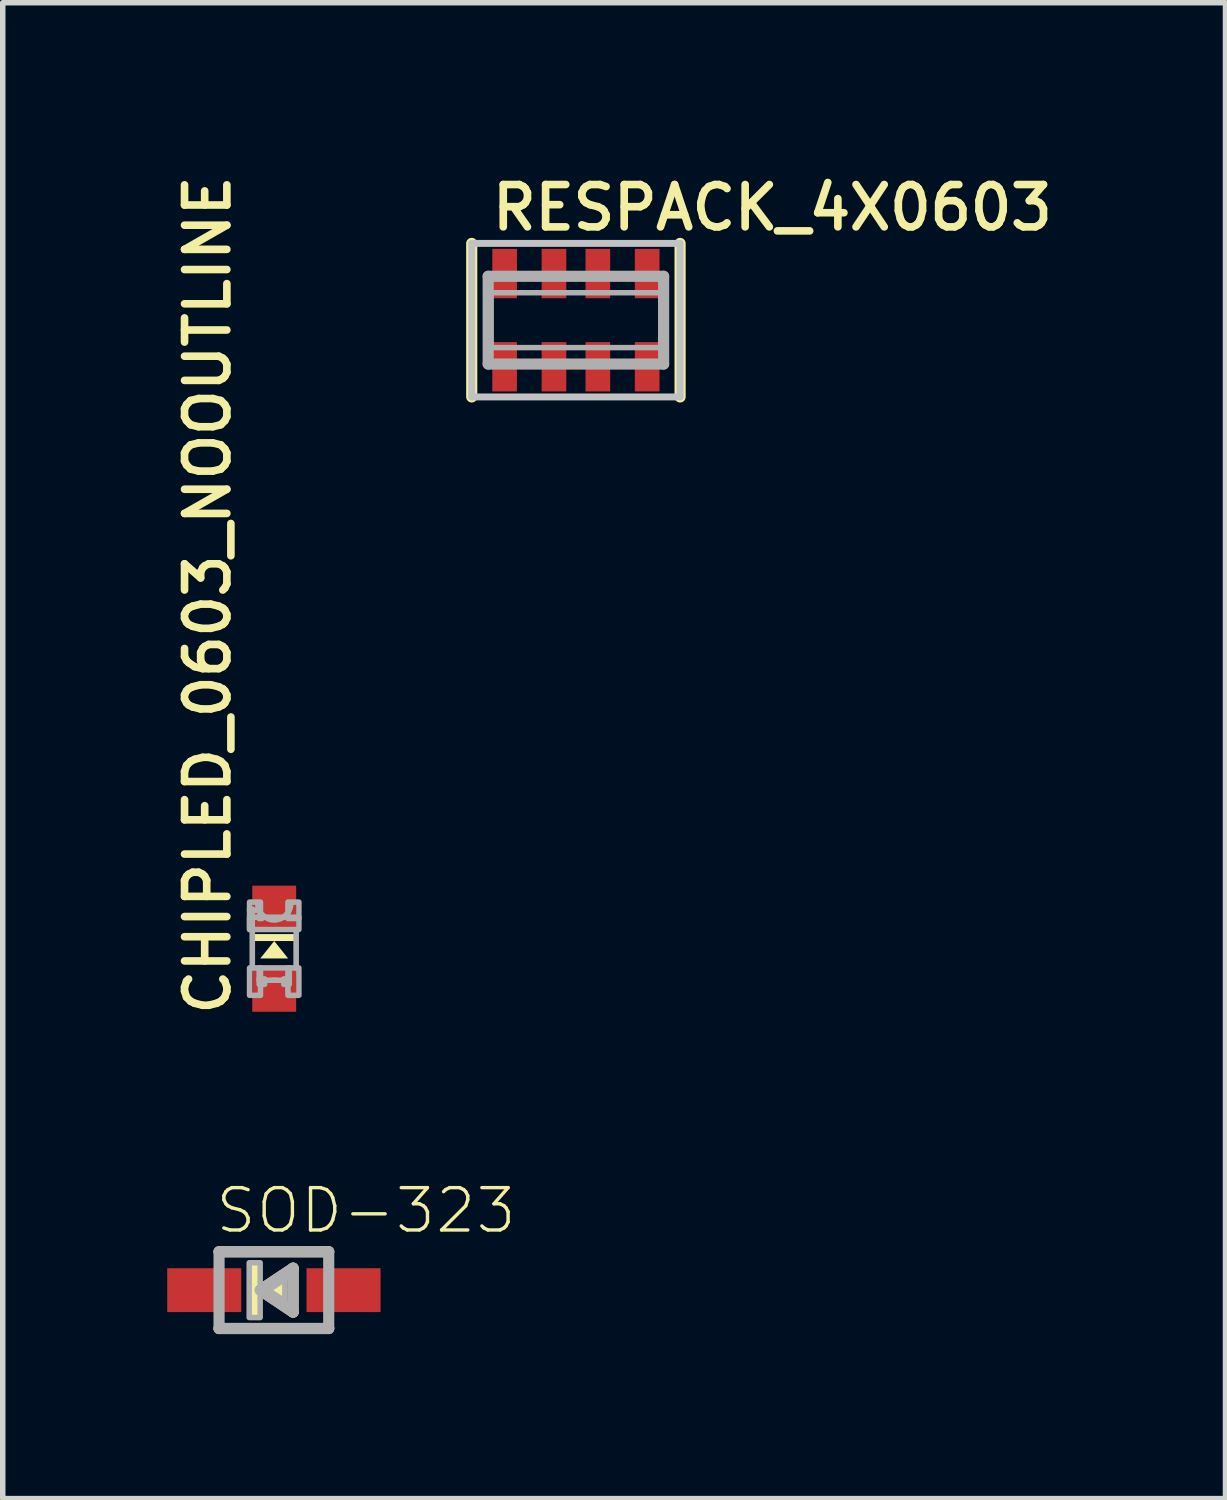
<source format=kicad_pcb>
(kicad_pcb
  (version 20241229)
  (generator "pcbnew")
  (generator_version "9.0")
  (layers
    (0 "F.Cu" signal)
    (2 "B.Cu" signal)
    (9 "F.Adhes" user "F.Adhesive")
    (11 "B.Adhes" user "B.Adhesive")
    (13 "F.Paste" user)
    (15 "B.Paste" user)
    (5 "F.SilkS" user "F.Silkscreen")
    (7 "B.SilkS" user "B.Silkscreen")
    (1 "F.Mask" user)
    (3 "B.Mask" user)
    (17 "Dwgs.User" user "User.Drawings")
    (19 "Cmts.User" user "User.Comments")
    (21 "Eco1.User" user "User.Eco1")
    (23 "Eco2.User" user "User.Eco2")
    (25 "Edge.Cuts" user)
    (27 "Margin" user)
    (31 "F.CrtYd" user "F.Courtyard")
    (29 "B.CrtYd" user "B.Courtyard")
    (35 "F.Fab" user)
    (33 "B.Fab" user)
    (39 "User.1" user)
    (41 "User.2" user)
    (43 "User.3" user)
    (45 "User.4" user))
  (footprint "CHIPLED_0603_NOOUTLINE"
    (layer "F.Cu")
    (at 1.951 14.252)
    (property "Reference" "CHIPLED_0603_NOOUTLINE" (at -0.762 1.27 270) (layer "F.SilkS") (effects (font (size 0.772 0.772) (thickness 0.139)) (justify left bottom)))
    (attr through_hole)
    (fp_poly (pts (xy 0 -0.14) (xy -0.254 0.178) (xy 0.254 0.178)) (stroke (width 0) (type solid)) (fill yes) (layer "F.SilkS"))
    (fp_poly (pts (xy -0.381 -0.14) (xy 0.381 -0.14) (xy 0.381 -0.267) (xy -0.381 -0.267)) (stroke (width 0) (type solid)) (fill yes) (layer "F.SilkS"))
    (fp_line (start -0.4 -0.375) (end -0.4 0.35) (stroke (width 0.102) (type solid)) (layer "F.Fab"))
    (fp_line (start 0.4 -0.35) (end 0.4 0.35) (stroke (width 0.102) (type solid)) (layer "F.Fab"))
    (fp_arc (start -0.275 0.825) (mid 0 0.55) (end 0.275 0.825) (stroke (width 0.0508) (type solid)) (layer "F.Fab"))
    (fp_arc (start 0.3 -0.799998) (mid -0.000001 -0.524966) (end -0.3 -0.8) (stroke (width 0.1016) (type solid)) (layer "F.Fab"))
    (fp_circle (center -0.35 -0.625) (end -0.275 -0.625) (stroke (width 0.051) (type solid)) (fill no) (layer "F.Fab"))
    (fp_poly (pts (xy -0.45 -0.7) (xy -0.25 -0.7) (xy -0.25 -0.85) (xy -0.45 -0.85)) (stroke (width 0.1) (type solid)) (fill no) (layer "F.Fab"))
    (fp_poly (pts (xy -0.45 -0.35) (xy -0.4 -0.35) (xy -0.4 -0.725) (xy -0.45 -0.725)) (stroke (width 0.1) (type solid)) (fill no) (layer "F.Fab"))
    (fp_poly (pts (xy -0.45 -0.35) (xy 0.45 -0.35) (xy 0.45 -0.575) (xy -0.45 -0.575)) (stroke (width 0.1) (type solid)) (fill no) (layer "F.Fab"))
    (fp_poly (pts (xy -0.45 0.85) (xy -0.25 0.85) (xy -0.25 0.35) (xy -0.45 0.35)) (stroke (width 0.1) (type solid)) (fill no) (layer "F.Fab"))
    (fp_poly (pts (xy -0.275 -0.55) (xy -0.225 -0.55) (xy -0.225 -0.6) (xy -0.275 -0.6)) (stroke (width 0.1) (type solid)) (fill no) (layer "F.Fab"))
    (fp_poly (pts (xy -0.275 0.575) (xy 0.275 0.575) (xy 0.275 0.35) (xy -0.275 0.35)) (stroke (width 0.1) (type solid)) (fill no) (layer "F.Fab"))
    (fp_poly (pts (xy -0.275 0.65) (xy -0.175 0.65) (xy -0.175 0.55) (xy -0.275 0.55)) (stroke (width 0.1) (type solid)) (fill no) (layer "F.Fab"))
    (fp_poly (pts (xy 0.175 0.65) (xy 0.275 0.65) (xy 0.275 0.55) (xy 0.175 0.55)) (stroke (width 0.1) (type solid)) (fill no) (layer "F.Fab"))
    (fp_poly (pts (xy 0.25 -0.55) (xy 0.45 -0.55) (xy 0.45 -0.85) (xy 0.25 -0.85)) (stroke (width 0.1) (type solid)) (fill no) (layer "F.Fab"))
    (fp_poly (pts (xy 0.25 0.85) (xy 0.45 0.85) (xy 0.45 0.35) (xy 0.25 0.35)) (stroke (width 0.1) (type solid)) (fill no) (layer "F.Fab"))
    (pad "A" smd rect (at 0 0.75) (size 0.8 0.8) (layers "F.Cu" "F.Mask" "F.Paste"))
    (pad "C" smd rect (at 0 -0.75) (size 0.8 0.8) (layers "F.Cu" "F.Mask" "F.Paste")))
  (footprint "RESPACK_4X0603"
    (layer "F.Cu")
    (at 7.453 2.789)
    (property "Reference" "RESPACK_4X0603" (at -1.6 -1.6 180) (layer "F.SilkS") (effects (font (size 0.772 0.772) (thickness 0.139)) (justify left bottom)))
    (attr through_hole)
    (fp_line (start -1.9 1.4) (end -1.9 -1.4) (stroke (width 0.203) (type solid)) (layer "F.SilkS"))
    (fp_line (start 1.9 -1.4) (end 1.9 1.4) (stroke (width 0.203) (type solid)) (layer "F.SilkS"))
    (fp_line (start -1.9 -1.4) (end 1.9 -1.4) (stroke (width 0.127) (type solid)) (layer "Dwgs.User"))
    (fp_line (start -1.9 1.4) (end -1.9 -1.4) (stroke (width 0.127) (type solid)) (layer "Dwgs.User"))
    (fp_line (start -1.9 1.4) (end 1.9 1.4) (stroke (width 0.127) (type solid)) (layer "Dwgs.User"))
    (fp_line (start 1.9 -1.4) (end 1.9 1.4) (stroke (width 0.127) (type solid)) (layer "Dwgs.User"))
    (fp_line (start -1.6 -0.8) (end 1.6 -0.8) (stroke (width 0.203) (type solid)) (layer "F.Fab"))
    (fp_line (start -1.6 0.8) (end -1.6 -0.8) (stroke (width 0.203) (type solid)) (layer "F.Fab"))
    (fp_line (start 1.6 -0.8) (end 1.6 0.8) (stroke (width 0.203) (type solid)) (layer "F.Fab"))
    (fp_line (start 1.6 0.8) (end -1.6 0.8) (stroke (width 0.203) (type solid)) (layer "F.Fab"))
    (fp_poly (pts (xy -1.55 0.5) (xy 1.55 0.5) (xy 1.55 -0.5) (xy -1.55 -0.5)) (stroke (width 0.1) (type solid)) (fill no) (layer "F.Fab"))
    (pad "1" smd rect (at -1.3 0.85) (size 0.45 0.9) (layers "F.Cu" "F.Mask" "F.Paste"))
    (pad "2" smd rect (at -0.4 0.85) (size 0.45 0.9) (layers "F.Cu" "F.Mask" "F.Paste"))
    (pad "3" smd rect (at 0.4 0.85) (size 0.45 0.9) (layers "F.Cu" "F.Mask" "F.Paste"))
    (pad "4" smd rect (at 1.3 0.85) (size 0.45 0.9) (layers "F.Cu" "F.Mask" "F.Paste"))
    (pad "5" smd rect (at 1.3 -0.85) (size 0.45 0.9) (layers "F.Cu" "F.Mask" "F.Paste"))
    (pad "6" smd rect (at 0.4 -0.85) (size 0.45 0.9) (layers "F.Cu" "F.Mask" "F.Paste"))
    (pad "7" smd rect (at -0.4 -0.85) (size 0.45 0.9) (layers "F.Cu" "F.Mask" "F.Paste"))
    (pad "8" smd rect (at -1.3 -0.85) (size 0.45 0.9) (layers "F.Cu" "F.Mask" "F.Paste")))
  (footprint "SOD-323"
    (layer "F.Cu")
    (at 1.945 20.479)
    (property "Reference" "SOD-323" (at -1.1 -1 180) (layer "F.SilkS") (effects (font (size 0.772 0.772) (thickness 0.062)) (justify left bottom)))
    (attr through_hole)
    (fp_line (start -1 -0.7) (end 1 -0.7) (stroke (width 0.203) (type solid)) (layer "F.SilkS"))
    (fp_line (start -0.25 0) (end 0.35 -0.4) (stroke (width 0.203) (type solid)) (layer "F.SilkS"))
    (fp_line (start 0.35 -0.4) (end 0.35 0.4) (stroke (width 0.203) (type solid)) (layer "F.SilkS"))
    (fp_line (start 0.35 0.4) (end -0.25 0) (stroke (width 0.203) (type solid)) (layer "F.SilkS"))
    (fp_line (start 1 0.7) (end -1 0.7) (stroke (width 0.203) (type solid)) (layer "F.SilkS"))
    (fp_poly (pts (xy -0.1 0) (xy 0.2 -0.2) (xy 0.2 0.2)) (stroke (width 0) (type solid)) (fill yes) (layer "F.SilkS"))
    (fp_poly (pts (xy -0.45 0.5) (xy -0.25 0.5) (xy -0.25 -0.5) (xy -0.45 -0.5)) (stroke (width 0) (type solid)) (fill yes) (layer "F.SilkS"))
    (fp_line (start -1 -0.7) (end 1 -0.7) (stroke (width 0.203) (type solid)) (layer "F.Fab"))
    (fp_line (start -1 0.7) (end -1 -0.7) (stroke (width 0.203) (type solid)) (layer "F.Fab"))
    (fp_line (start -0.25 0) (end 0.35 -0.4) (stroke (width 0.203) (type solid)) (layer "F.Fab"))
    (fp_line (start 0.35 -0.4) (end 0.35 0.4) (stroke (width 0.203) (type solid)) (layer "F.Fab"))
    (fp_line (start 0.35 0.4) (end -0.25 0) (stroke (width 0.203) (type solid)) (layer "F.Fab"))
    (fp_line (start 1 -0.7) (end 1 0.7) (stroke (width 0.203) (type solid)) (layer "F.Fab"))
    (fp_line (start 1 0.7) (end -1 0.7) (stroke (width 0.203) (type solid)) (layer "F.Fab"))
    (fp_poly (pts (xy -0.1 0) (xy 0.2 -0.2) (xy 0.2 0.2)) (stroke (width 0.1) (type solid)) (fill no) (layer "F.Fab"))
    (fp_poly (pts (xy -0.45 0.5) (xy -0.25 0.5) (xy -0.25 -0.5) (xy -0.45 -0.5)) (stroke (width 0.1) (type solid)) (fill no) (layer "F.Fab"))
    (pad "A" smd rect (at 1.27 0) (size 1.35 0.8) (layers "F.Cu" "F.Mask" "F.Paste"))
    (pad "C" smd rect (at -1.27 0) (size 1.35 0.8) (layers "F.Cu" "F.Mask" "F.Paste")))
  (gr_rect
    (start -3 -3)
    (end 19.3 24.281)
    (stroke (width 0.1) (type default))
    (fill no)
    (layer "Edge.Cuts")))
</source>
